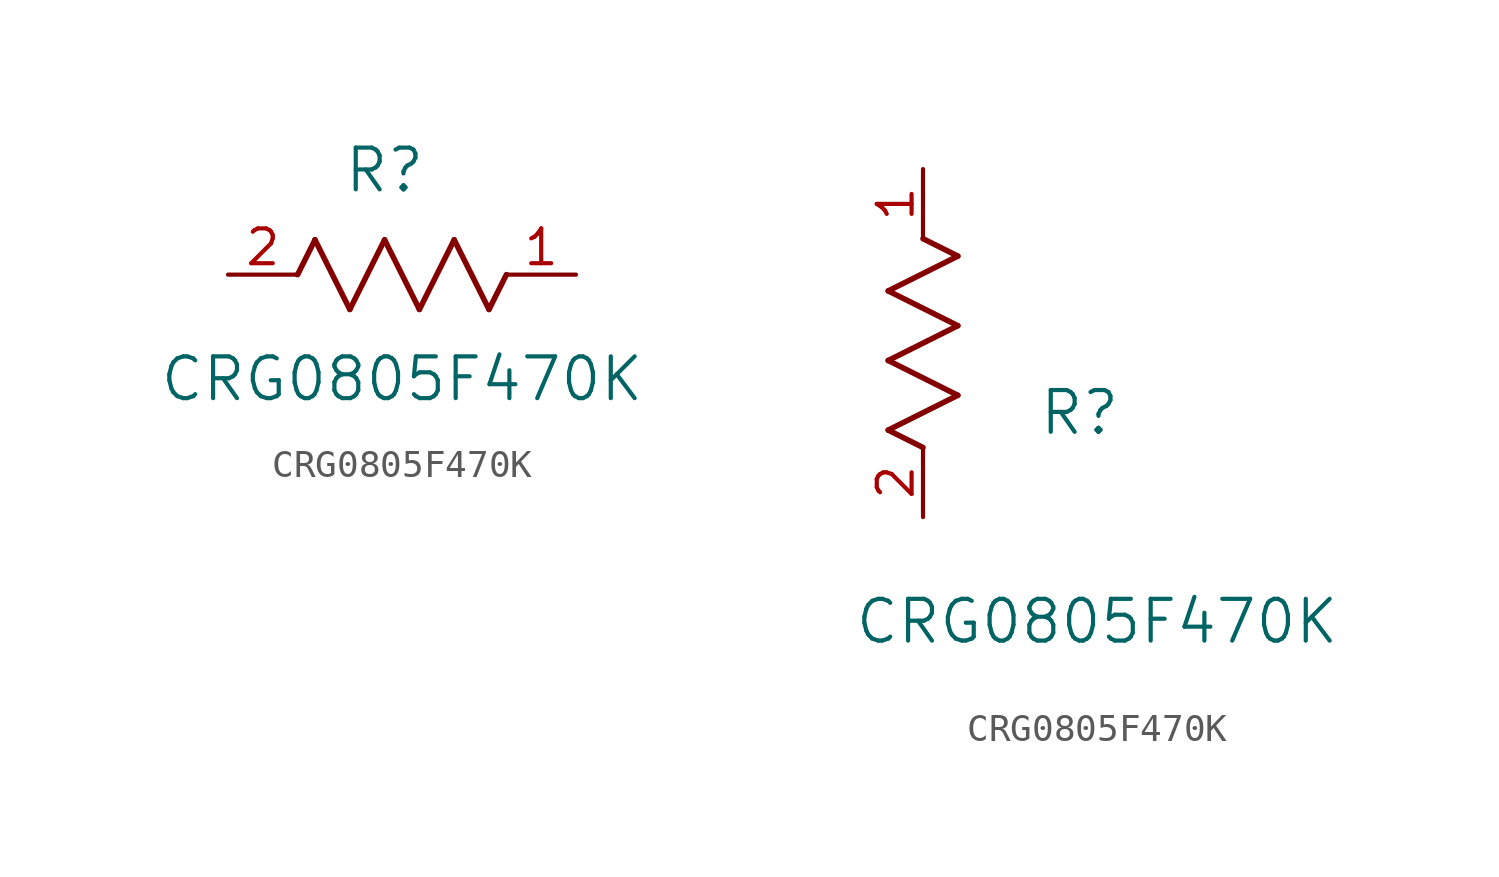
<source format=kicad_sym>
(kicad_symbol_lib
  (version 20211014)
  (generator kicad_symbol_editor)
  (symbol "CRG0805F470K"
    (pin_names
      (offset 0.254))
    (property "Reference" "R"
      (at 5.715 3.81 0)
      (effects (font (size 1.524 1.524))))
    (property "Value" "CRG0805F470K"
      (at 6.35 -3.81 0)
      (effects (font (size 1.524 1.524))))
    (symbol "CRG0805F470K_1_1"
      (polyline (pts (xy 3.175 1.27) (xy 4.445 -1.27)) (stroke (width 0.203) (type default) (color 0 0 0 0)) (fill (type none)))
      (polyline (pts (xy 4.445 -1.27) (xy 5.715 1.27)) (stroke (width 0.203) (type default) (color 0 0 0 0)) (fill (type none)))
      (polyline (pts (xy 5.715 1.27) (xy 6.985 -1.27)) (stroke (width 0.203) (type default) (color 0 0 0 0)) (fill (type none)))
      (polyline (pts (xy 6.985 -1.27) (xy 8.255 1.27)) (stroke (width 0.203) (type default) (color 0 0 0 0)) (fill (type none)))
      (polyline (pts (xy 8.255 1.27) (xy 9.525 -1.27)) (stroke (width 0.203) (type default) (color 0 0 0 0)) (fill (type none)))
      (polyline (pts (xy 2.54 0) (xy 3.175 1.27)) (stroke (width 0.203) (type default) (color 0 0 0 0)) (fill (type none)))
      (polyline (pts (xy 9.525 -1.27) (xy 10.16 0)) (stroke (width 0.203) (type default) (color 0 0 0 0)) (fill (type none)))
      (pin unspecified line (at 0 0 0) (length 2.54) (name "" (effects (font (size 1.27 1.27)))) (number "2" (effects (font (size 1.27 1.27)))))
      (pin unspecified line (at 12.7 0 180) (length 2.54) (name "" (effects (font (size 1.27 1.27)))) (number "1" (effects (font (size 1.27 1.27))))))
    (symbol "CRG0805F470K_1_2"
      (polyline (pts (xy 0 2.54) (xy -1.27 3.175)) (stroke (width 0.203) (type default) (color 0 0 0 0)) (fill (type none)))
      (polyline (pts (xy -1.27 3.175) (xy 1.27 4.445)) (stroke (width 0.203) (type default) (color 0 0 0 0)) (fill (type none)))
      (polyline (pts (xy 1.27 4.445) (xy -1.27 5.715)) (stroke (width 0.203) (type default) (color 0 0 0 0)) (fill (type none)))
      (polyline (pts (xy -1.27 5.715) (xy 1.27 6.985)) (stroke (width 0.203) (type default) (color 0 0 0 0)) (fill (type none)))
      (polyline (pts (xy -1.27 8.255) (xy 1.27 9.525)) (stroke (width 0.203) (type default) (color 0 0 0 0)) (fill (type none)))
      (polyline (pts (xy 1.27 9.525) (xy 0 10.16)) (stroke (width 0.203) (type default) (color 0 0 0 0)) (fill (type none)))
      (polyline (pts (xy 1.27 6.985) (xy -1.27 8.255)) (stroke (width 0.203) (type default) (color 0 0 0 0)) (fill (type none)))
      (pin unspecified line (at 0 0 90) (length 2.54) (name "" (effects (font (size 1.27 1.27)))) (number "2" (effects (font (size 1.27 1.27)))))
      (pin unspecified line (at 0 12.7 270) (length 2.54) (name "" (effects (font (size 1.27 1.27)))) (number "1" (effects (font (size 1.27 1.27))))))))
</source>
